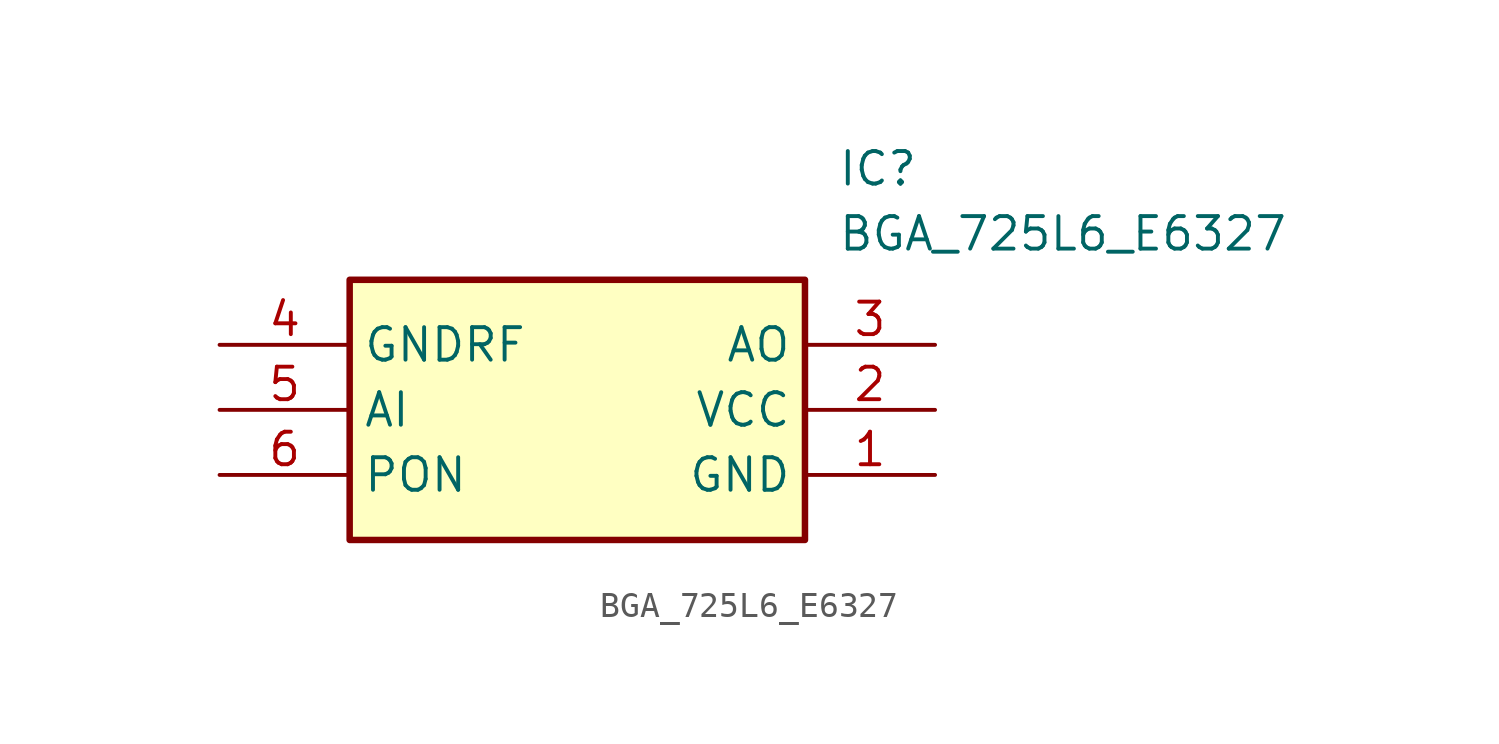
<source format=kicad_sym>
(kicad_symbol_lib
  (version 20211014)
  (generator SamacSys_ECAD_Model)
  (symbol "BGA_725L6_E6327"
    (property "Reference" "IC"
      (at 24.13 7.62 0)
      (effects (font (size 1.27 1.27)) (justify left top)))
    (property "Value" "BGA_725L6_E6327"
      (at 24.13 5.08 0)
      (effects (font (size 1.27 1.27)) (justify left top)))
    (rectangle
      (start 5.08 2.54)
      (end 22.86 -7.62)
      (stroke (width 0.254) (type default))
      (fill (type background)))
    (pin passive line
      (at 27.94 -5.08 180)
      (length 5.08)
      (name "GND" (effects (font (size 1.27 1.27))))
      (number "1" (effects (font (size 1.27 1.27)))))
    (pin passive line
      (at 27.94 -2.54 180)
      (length 5.08)
      (name "VCC" (effects (font (size 1.27 1.27))))
      (number "2" (effects (font (size 1.27 1.27)))))
    (pin passive line
      (at 27.94 0 180)
      (length 5.08)
      (name "AO" (effects (font (size 1.27 1.27))))
      (number "3" (effects (font (size 1.27 1.27)))))
    (pin passive line
      (at 0 0 0)
      (length 5.08)
      (name "GNDRF" (effects (font (size 1.27 1.27))))
      (number "4" (effects (font (size 1.27 1.27)))))
    (pin passive line
      (at 0 -2.54 0)
      (length 5.08)
      (name "AI" (effects (font (size 1.27 1.27))))
      (number "5" (effects (font (size 1.27 1.27)))))
    (pin passive line
      (at 0 -5.08 0)
      (length 5.08)
      (name "PON" (effects (font (size 1.27 1.27))))
      (number "6" (effects (font (size 1.27 1.27)))))))
</source>
